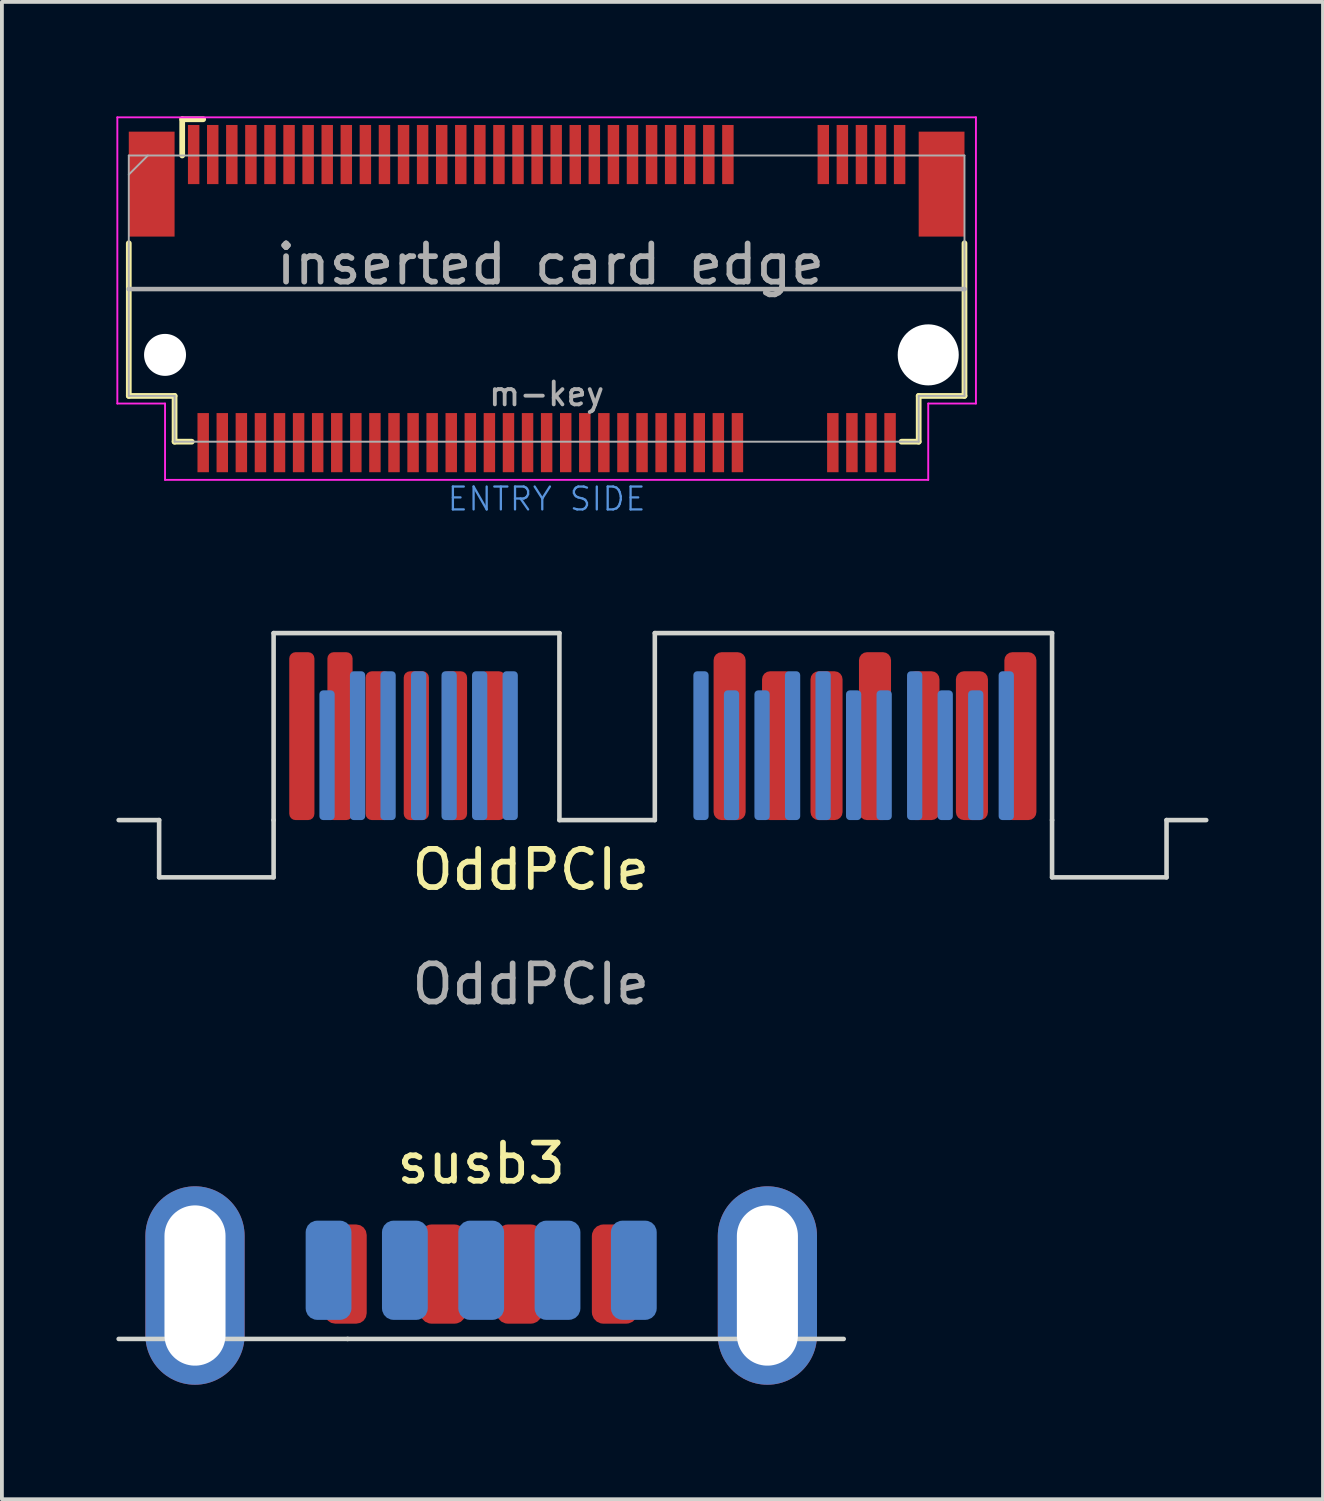
<source format=kicad_pcb>
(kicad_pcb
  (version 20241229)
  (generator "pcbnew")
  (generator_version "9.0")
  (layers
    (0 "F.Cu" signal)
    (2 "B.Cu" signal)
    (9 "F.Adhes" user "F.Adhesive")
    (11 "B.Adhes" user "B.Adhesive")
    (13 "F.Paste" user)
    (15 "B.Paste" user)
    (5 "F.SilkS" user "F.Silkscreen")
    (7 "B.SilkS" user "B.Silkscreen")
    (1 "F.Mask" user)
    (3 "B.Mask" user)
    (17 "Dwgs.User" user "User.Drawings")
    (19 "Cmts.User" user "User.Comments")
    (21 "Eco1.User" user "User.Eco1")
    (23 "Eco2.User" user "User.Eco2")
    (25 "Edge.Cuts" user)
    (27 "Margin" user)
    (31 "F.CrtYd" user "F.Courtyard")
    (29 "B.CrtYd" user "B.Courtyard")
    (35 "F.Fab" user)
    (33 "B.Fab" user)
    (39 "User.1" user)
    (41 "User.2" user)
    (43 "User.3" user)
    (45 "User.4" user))
  (footprint "susb3"
    (layer "F.Cu")
    (at 6.06 31.038)
    (property "Reference" "susb3" (at 3.5 -3.6 0) (layer "F.SilkS") (effects (font (size 1 1) (thickness 0.15))))
    (attr through_hole)
    (fp_line (start 0 1) (end -6 1) (stroke (width 0.12) (type solid)) (layer "Edge.Cuts"))
    (fp_line (start 13 1) (end 0 1) (stroke (width 0.12) (type solid)) (layer "Edge.Cuts"))
    (pad "1" smd roundrect (at 7 -0.7 180) (size 1.2 2.6) (layers "F.Cu" "F.Mask" "F.Paste") (roundrect_rratio 0.25))
    (pad "2" smd roundrect (at 4.5 -0.7) (size 1.2 2.6) (layers "F.Cu" "F.Mask" "F.Paste") (roundrect_rratio 0.25))
    (pad "3" smd roundrect (at 2.5 -0.7) (size 1.2 2.6) (layers "F.Cu" "F.Mask" "F.Paste") (roundrect_rratio 0.25))
    (pad "4" smd roundrect (at -0.05 -0.7) (size 1.1 2.6) (layers "F.Cu" "F.Mask" "F.Paste") (roundrect_rratio 0.25))
    (pad "5" smd roundrect (at -0.5 -0.8) (size 1.2 2.6) (layers "B.Cu" "B.Mask" "B.Paste") (roundrect_rratio 0.25))
    (pad "6" smd roundrect (at 1.5 -0.8) (size 1.2 2.6) (layers "B.Cu" "B.Mask" "B.Paste") (roundrect_rratio 0.25))
    (pad "7" smd roundrect (at 3.5 -0.8 270) (size 2.6 1.2) (layers "B.Cu" "B.Mask" "B.Paste") (roundrect_rratio 0.25))
    (pad "8" smd roundrect (at 5.5 -0.8) (size 1.2 2.6) (layers "B.Cu" "B.Mask" "B.Paste") (roundrect_rratio 0.25))
    (pad "9" smd roundrect (at 7.5 -0.8) (size 1.2 2.6) (layers "B.Cu" "B.Mask" "B.Paste") (roundrect_rratio 0.25))
    (pad "10" thru_hole oval (at -4 -0.4) (size 2.6 5.2) (drill oval 1.6 4.2) (layers "*.Cu" "*.Mask"))
    (pad "10" thru_hole oval (at 11 -0.4) (size 2.6 5.2) (drill oval 1.6 4.2) (layers "*.Cu" "*.Mask")))
  (footprint "OddPCIe"
    (layer "F.Cu")
    (at 10.86 20.241)
    (property "Reference" "OddPCIe" (at 0 -0.5 0) (unlocked yes) (layer "F.SilkS") (effects (font (size 1 1) (thickness 0.15))))
    (attr smd)
    (fp_line (start -9.74 -1.8) (end -10.8 -1.8) (stroke (width 0.12) (type solid)) (layer "Edge.Cuts"))
    (fp_line (start -9.74 -0.3) (end -9.74 -1.8) (stroke (width 0.12) (type solid)) (layer "Edge.Cuts"))
    (fp_line (start -6.74 -1.8) (end -6.74 -6.7) (stroke (width 0.12) (type solid)) (layer "Edge.Cuts"))
    (fp_line (start -6.74 -1.8) (end -6.74 -0.3) (stroke (width 0.12) (type solid)) (layer "Edge.Cuts"))
    (fp_line (start -6.74 -0.3) (end -9.74 -0.3) (stroke (width 0.12) (type solid)) (layer "Edge.Cuts"))
    (fp_line (start 0.75 -6.7) (end -6.74 -6.7) (stroke (width 0.12) (type solid)) (layer "Edge.Cuts"))
    (fp_line (start 0.75 -6.7) (end 0.75 -1.8) (stroke (width 0.12) (type solid)) (layer "Edge.Cuts"))
    (fp_line (start 3.25 -6.7) (end 13.66 -6.7) (stroke (width 0.12) (type solid)) (layer "Edge.Cuts"))
    (fp_line (start 3.25 -1.8) (end 0.75 -1.8) (stroke (width 0.12) (type solid)) (layer "Edge.Cuts"))
    (fp_line (start 3.25 -1.8) (end 3.25 -6.7) (stroke (width 0.12) (type solid)) (layer "Edge.Cuts"))
    (fp_line (start 13.66 -6.7) (end 13.66 -1.8) (stroke (width 0.12) (type solid)) (layer "Edge.Cuts"))
    (fp_line (start 13.66 -1.8) (end 13.66 -0.3) (stroke (width 0.12) (type solid)) (layer "Edge.Cuts"))
    (fp_line (start 13.66 -0.3) (end 16.66 -0.3) (stroke (width 0.12) (type solid)) (layer "Edge.Cuts"))
    (fp_line (start 16.66 -0.3) (end 16.66 -1.8) (stroke (width 0.12) (type solid)) (layer "Edge.Cuts"))
    (fp_line (start 17.7 -1.8) (end 16.66 -1.8) (stroke (width 0.12) (type solid)) (layer "Edge.Cuts"))
    (fp_text user "${REFERENCE}" (at 0 2.5 0) (unlocked yes) (layer "F.Fab") (effects (font (size 1 1) (thickness 0.15))))
    (pad "#1" smd roundrect (at 12.46 -3.75 90) (size 3.9 0.4) (layers "B.Cu" "B.Mask" "B.Paste") (roundrect_rratio 0.25))
    (pad "#2" smd roundrect (at 11.66 -3.5 90) (size 3.4 0.4) (layers "B.Cu" "B.Mask" "B.Paste") (roundrect_rratio 0.25))
    (pad "#3" smd roundrect (at 10.86 -3.5 90) (size 3.4 0.4) (layers "B.Cu" "B.Mask" "B.Paste") (roundrect_rratio 0.25))
    (pad "#4" smd roundrect (at 10.06 -3.75 90) (size 3.9 0.4) (layers "B.Cu" "B.Mask" "B.Paste") (roundrect_rratio 0.25))
    (pad "#5" smd roundrect (at 9.26 -3.5 90) (size 3.4 0.4) (layers "B.Cu" "B.Mask" "B.Paste") (roundrect_rratio 0.25))
    (pad "#6" smd roundrect (at 8.46 -3.5 90) (size 3.4 0.4) (layers "B.Cu" "B.Mask" "B.Paste") (roundrect_rratio 0.25))
    (pad "#7" smd roundrect (at 7.66 -3.75 90) (size 3.9 0.4) (layers "B.Cu" "B.Mask" "B.Paste") (roundrect_rratio 0.25))
    (pad "#8" smd roundrect (at 6.86 -3.75 90) (size 3.9 0.4) (layers "B.Cu" "B.Mask" "B.Paste") (roundrect_rratio 0.25))
    (pad "#9" smd roundrect (at 6.06 -3.5 90) (size 3.4 0.4) (layers "B.Cu" "B.Mask" "B.Paste") (roundrect_rratio 0.25))
    (pad "#10" smd roundrect (at 5.26 -3.5 90) (size 3.4 0.4) (layers "B.Cu" "B.Mask" "B.Paste") (roundrect_rratio 0.25))
    (pad "#11" smd roundrect (at 4.46 -3.75 90) (size 3.9 0.4) (layers "B.Cu" "B.Mask" "B.Paste") (roundrect_rratio 0.25))
    (pad "#12" smd roundrect (at -0.54 -3.75 90) (size 3.9 0.4) (layers "B.Cu" "B.Mask" "B.Paste") (roundrect_rratio 0.25))
    (pad "#13" smd roundrect (at -1.34 -3.75 90) (size 3.9 0.4) (layers "B.Cu" "B.Mask" "B.Paste") (roundrect_rratio 0.25))
    (pad "#14" smd roundrect (at -2.14 -3.75 90) (size 3.9 0.4) (layers "B.Cu" "B.Mask" "B.Paste") (roundrect_rratio 0.25))
    (pad "#15" smd roundrect (at -2.94 -3.75 90) (size 3.9 0.4) (layers "B.Cu" "B.Mask" "B.Paste") (roundrect_rratio 0.25))
    (pad "#16" smd roundrect (at -3.74 -3.75 90) (size 3.9 0.4) (layers "B.Cu" "B.Mask" "B.Paste") (roundrect_rratio 0.25))
    (pad "#17" smd roundrect (at -4.54 -3.75 90) (size 3.9 0.4) (layers "B.Cu" "B.Mask" "B.Paste") (roundrect_rratio 0.25))
    (pad "#18" smd roundrect (at -5.34 -3.5 90) (size 3.4 0.4) (layers "B.Cu" "B.Mask" "B.Paste") (roundrect_rratio 0.25))
    (pad "P1" smd roundrect (at -1 -3.75 270) (size 3.9 0.66) (layers "F.Cu" "F.Mask" "F.Paste") (roundrect_rratio 0.25))
    (pad "P2" smd roundrect (at -2 -3.75 270) (size 3.9 0.66) (layers "F.Cu" "F.Mask" "F.Paste") (roundrect_rratio 0.25))
    (pad "P3" smd roundrect (at -3 -3.75 270) (size 3.9 0.66) (layers "F.Cu" "F.Mask" "F.Paste") (roundrect_rratio 0.25))
    (pad "P4" smd roundrect (at -4 -3.75 270) (size 3.9 0.66) (layers "F.Cu" "F.Mask" "F.Paste") (roundrect_rratio 0.25))
    (pad "P5" smd roundrect (at -5 -4 270) (size 4.4 0.66) (layers "F.Cu" "F.Mask" "F.Paste") (roundrect_rratio 0.25))
    (pad "P6" smd roundrect (at -6 -4 270) (size 4.4 0.66) (layers "F.Cu" "F.Mask" "F.Paste") (roundrect_rratio 0.25))
    (pad "S1" smd roundrect (at 12.83 -4 90) (size 4.4 0.84) (layers "F.Cu" "F.Mask" "F.Paste") (roundrect_rratio 0.25))
    (pad "S2" smd roundrect (at 11.56 -3.75 90) (size 3.9 0.84) (layers "F.Cu" "F.Mask" "F.Paste") (roundrect_rratio 0.25))
    (pad "S3" smd roundrect (at 10.29 -3.75 90) (size 3.9 0.84) (layers "F.Cu" "F.Mask" "F.Paste") (roundrect_rratio 0.25))
    (pad "S4" smd roundrect (at 9.02 -4 90) (size 4.4 0.84) (layers "F.Cu" "F.Mask" "F.Paste") (roundrect_rratio 0.25))
    (pad "S5" smd roundrect (at 7.75 -3.75 90) (size 3.9 0.84) (layers "F.Cu" "F.Mask" "F.Paste") (roundrect_rratio 0.25))
    (pad "S6" smd roundrect (at 6.48 -3.75 90) (size 3.9 0.84) (layers "F.Cu" "F.Mask" "F.Paste") (roundrect_rratio 0.25))
    (pad "S7" smd roundrect (at 5.21 -4 90) (size 4.4 0.84) (layers "F.Cu" "F.Mask" "F.Paste") (roundrect_rratio 0.25)))
  (footprint "m-key"
    (layer "F.Cu")
    (at 11.275 6.275)
    (property "Reference" "m-key" (at 0 1 0) (layer "F.Fab") (effects (font (size 0.6 0.6) (thickness 0.1))))
    (attr through_hole)
    (fp_line (start -10.95 1.05) (end -10.95 -2.95) (stroke (width 0.15) (type solid)) (layer "F.SilkS"))
    (fp_line (start -9.75 1.05) (end -10.95 1.05) (stroke (width 0.15) (type solid)) (layer "F.SilkS"))
    (fp_line (start -9.75 2.25) (end -9.75 1.05) (stroke (width 0.15) (type solid)) (layer "F.SilkS"))
    (fp_line (start -9.55 -6.2) (end -9 -6.2) (stroke (width 0.15) (type solid)) (layer "F.SilkS"))
    (fp_line (start -9.55 -5.25) (end -9.55 -6.2) (stroke (width 0.15) (type solid)) (layer "F.SilkS"))
    (fp_line (start -9.3 2.25) (end -9.75 2.25) (stroke (width 0.15) (type solid)) (layer "F.SilkS"))
    (fp_line (start 9.75 1.05) (end 9.75 2.25) (stroke (width 0.15) (type solid)) (layer "F.SilkS"))
    (fp_line (start 9.75 2.25) (end 9.3 2.25) (stroke (width 0.15) (type solid)) (layer "F.SilkS"))
    (fp_line (start 10.95 1.05) (end 9.75 1.05) (stroke (width 0.15) (type solid)) (layer "F.SilkS"))
    (fp_line (start 10.95 1.05) (end 10.95 -2.95) (stroke (width 0.15) (type solid)) (layer "F.SilkS"))
    (fp_line (start -11.25 -6.25) (end 11.25 -6.25) (stroke (width 0.05) (type solid)) (layer "F.CrtYd"))
    (fp_line (start -11.25 1.25) (end -11.25 -6.25) (stroke (width 0.05) (type solid)) (layer "F.CrtYd"))
    (fp_line (start -10 1.25) (end -11.25 1.25) (stroke (width 0.05) (type solid)) (layer "F.CrtYd"))
    (fp_line (start -10 3.25) (end -10 1.25) (stroke (width 0.05) (type solid)) (layer "F.CrtYd"))
    (fp_line (start 10 1.25) (end 10 3.25) (stroke (width 0.05) (type solid)) (layer "F.CrtYd"))
    (fp_line (start 10 3.25) (end -10 3.25) (stroke (width 0.05) (type solid)) (layer "F.CrtYd"))
    (fp_line (start 11.25 -6.25) (end 11.25 1.25) (stroke (width 0.05) (type solid)) (layer "F.CrtYd"))
    (fp_line (start 11.25 1.25) (end 10 1.25) (stroke (width 0.05) (type solid)) (layer "F.CrtYd"))
    (fp_line (start -10.95 -5.25) (end -10.95 1.05) (stroke (width 0.05) (type solid)) (layer "F.Fab"))
    (fp_line (start -10.95 -5.25) (end 10.95 -5.25) (stroke (width 0.05) (type solid)) (layer "F.Fab"))
    (fp_line (start -10.95 -4.75) (end -10.45 -5.25) (stroke (width 0.05) (type solid)) (layer "F.Fab"))
    (fp_line (start -10.95 -1.75) (end 10.95 -1.75) (stroke (width 0.12) (type solid)) (layer "F.Fab"))
    (fp_line (start -10.95 1.05) (end -9.75 1.05) (stroke (width 0.05) (type solid)) (layer "F.Fab"))
    (fp_line (start -9.75 1.05) (end -9.75 2.25) (stroke (width 0.05) (type solid)) (layer "F.Fab"))
    (fp_line (start -9.75 2.25) (end 9.75 2.25) (stroke (width 0.05) (type solid)) (layer "F.Fab"))
    (fp_line (start 9.75 1.05) (end 9.75 2.25) (stroke (width 0.05) (type solid)) (layer "F.Fab"))
    (fp_line (start 10.95 1.05) (end 9.75 1.05) (stroke (width 0.05) (type solid)) (layer "F.Fab"))
    (fp_line (start 10.95 1.05) (end 10.95 -5.25) (stroke (width 0.05) (type solid)) (layer "F.Fab"))
    (fp_text user "ENTRY SIDE" (at 0 3.75 0) (layer "Cmts.User") (effects (font (size 0.6 0.6) (thickness 0.06))))
    (fp_text user "${REFERENCE}" (at -10.1 -4.8 0) (layer "Eco1.User") (effects (font (size 0.3 0.3) (thickness 0.03))))
    (fp_text user "inserted card edge" (at 0.1 -2.4 0) (layer "F.Fab") (effects (font (size 1 1) (thickness 0.15))))
    (pad "" np_thru_hole circle (at -10 -0.025) (size 1.1 1.1) (drill 1.1) (layers "*.Cu"))
    (pad "" np_thru_hole circle (at 10 -0.025) (size 1.6 1.6) (drill 1.6) (layers "*.Cu"))
    (pad "1" smd rect (at -9.25 -5.275) (size 0.3 1.55) (layers "F.Cu" "F.Mask" "F.Paste"))
    (pad "2" smd rect (at -9 2.275) (size 0.3 1.55) (layers "F.Cu" "F.Mask" "F.Paste"))
    (pad "3" smd rect (at -8.75 -5.275) (size 0.3 1.55) (layers "F.Cu" "F.Mask" "F.Paste"))
    (pad "4" smd rect (at -8.5 2.275) (size 0.3 1.55) (layers "F.Cu" "F.Mask" "F.Paste"))
    (pad "5" smd rect (at -8.25 -5.275) (size 0.3 1.55) (layers "F.Cu" "F.Mask" "F.Paste"))
    (pad "6" smd rect (at -8 2.275) (size 0.3 1.55) (layers "F.Cu" "F.Mask" "F.Paste"))
    (pad "7" smd rect (at -7.75 -5.275) (size 0.3 1.55) (layers "F.Cu" "F.Mask" "F.Paste"))
    (pad "8" smd rect (at -7.5 2.275) (size 0.3 1.55) (layers "F.Cu" "F.Mask" "F.Paste"))
    (pad "9" smd rect (at -7.25 -5.275) (size 0.3 1.55) (layers "F.Cu" "F.Mask" "F.Paste"))
    (pad "10" smd rect (at -7 2.275) (size 0.3 1.55) (layers "F.Cu" "F.Mask" "F.Paste"))
    (pad "11" smd rect (at -6.75 -5.275) (size 0.3 1.55) (layers "F.Cu" "F.Mask" "F.Paste"))
    (pad "12" smd rect (at -6.5 2.275) (size 0.3 1.55) (layers "F.Cu" "F.Mask" "F.Paste"))
    (pad "13" smd rect (at -6.25 -5.275) (size 0.3 1.55) (layers "F.Cu" "F.Mask" "F.Paste"))
    (pad "14" smd rect (at -6 2.275) (size 0.3 1.55) (layers "F.Cu" "F.Mask" "F.Paste"))
    (pad "15" smd rect (at -5.75 -5.275) (size 0.3 1.55) (layers "F.Cu" "F.Mask" "F.Paste"))
    (pad "16" smd rect (at -5.5 2.275) (size 0.3 1.55) (layers "F.Cu" "F.Mask" "F.Paste"))
    (pad "17" smd rect (at -5.25 -5.275) (size 0.3 1.55) (layers "F.Cu" "F.Mask" "F.Paste"))
    (pad "18" smd rect (at -5 2.275) (size 0.3 1.55) (layers "F.Cu" "F.Mask" "F.Paste"))
    (pad "19" smd rect (at -4.75 -5.275) (size 0.3 1.55) (layers "F.Cu" "F.Mask" "F.Paste"))
    (pad "20" smd rect (at -4.5 2.275) (size 0.3 1.55) (layers "F.Cu" "F.Mask" "F.Paste"))
    (pad "21" smd rect (at -4.25 -5.275) (size 0.3 1.55) (layers "F.Cu" "F.Mask" "F.Paste"))
    (pad "22" smd rect (at -4 2.275) (size 0.3 1.55) (layers "F.Cu" "F.Mask" "F.Paste"))
    (pad "23" smd rect (at -3.75 -5.275) (size 0.3 1.55) (layers "F.Cu" "F.Mask" "F.Paste"))
    (pad "24" smd rect (at -3.5 2.275) (size 0.3 1.55) (layers "F.Cu" "F.Mask" "F.Paste"))
    (pad "25" smd rect (at -3.25 -5.275) (size 0.3 1.55) (layers "F.Cu" "F.Mask" "F.Paste"))
    (pad "26" smd rect (at -3 2.275) (size 0.3 1.55) (layers "F.Cu" "F.Mask" "F.Paste"))
    (pad "27" smd rect (at -2.75 -5.275) (size 0.3 1.55) (layers "F.Cu" "F.Mask" "F.Paste"))
    (pad "28" smd rect (at -2.5 2.275) (size 0.3 1.55) (layers "F.Cu" "F.Mask" "F.Paste"))
    (pad "29" smd rect (at -2.25 -5.275) (size 0.3 1.55) (layers "F.Cu" "F.Mask" "F.Paste"))
    (pad "30" smd rect (at -2 2.275) (size 0.3 1.55) (layers "F.Cu" "F.Mask" "F.Paste"))
    (pad "31" smd rect (at -1.75 -5.275) (size 0.3 1.55) (layers "F.Cu" "F.Mask" "F.Paste"))
    (pad "32" smd rect (at -1.5 2.275) (size 0.3 1.55) (layers "F.Cu" "F.Mask" "F.Paste"))
    (pad "33" smd rect (at -1.25 -5.275) (size 0.3 1.55) (layers "F.Cu" "F.Mask" "F.Paste"))
    (pad "34" smd rect (at -1 2.275) (size 0.3 1.55) (layers "F.Cu" "F.Mask" "F.Paste"))
    (pad "35" smd rect (at -0.75 -5.275) (size 0.3 1.55) (layers "F.Cu" "F.Mask" "F.Paste"))
    (pad "36" smd rect (at -0.5 2.275) (size 0.3 1.55) (layers "F.Cu" "F.Mask" "F.Paste"))
    (pad "37" smd rect (at -0.25 -5.275) (size 0.3 1.55) (layers "F.Cu" "F.Mask" "F.Paste"))
    (pad "38" smd rect (at 0 2.275) (size 0.3 1.55) (layers "F.Cu" "F.Mask" "F.Paste"))
    (pad "39" smd rect (at 0.25 -5.275) (size 0.3 1.55) (layers "F.Cu" "F.Mask" "F.Paste"))
    (pad "40" smd rect (at 0.5 2.275) (size 0.3 1.55) (layers "F.Cu" "F.Mask" "F.Paste"))
    (pad "41" smd rect (at 0.75 -5.275) (size 0.3 1.55) (layers "F.Cu" "F.Mask" "F.Paste"))
    (pad "42" smd rect (at 1 2.275) (size 0.3 1.55) (layers "F.Cu" "F.Mask" "F.Paste"))
    (pad "43" smd rect (at 1.25 -5.275) (size 0.3 1.55) (layers "F.Cu" "F.Mask" "F.Paste"))
    (pad "44" smd rect (at 1.5 2.275) (size 0.3 1.55) (layers "F.Cu" "F.Mask" "F.Paste"))
    (pad "45" smd rect (at 1.75 -5.275) (size 0.3 1.55) (layers "F.Cu" "F.Mask" "F.Paste"))
    (pad "46" smd rect (at 2 2.275) (size 0.3 1.55) (layers "F.Cu" "F.Mask" "F.Paste"))
    (pad "47" smd rect (at 2.25 -5.275) (size 0.3 1.55) (layers "F.Cu" "F.Mask" "F.Paste"))
    (pad "48" smd rect (at 2.5 2.275) (size 0.3 1.55) (layers "F.Cu" "F.Mask" "F.Paste"))
    (pad "49" smd rect (at 2.75 -5.275) (size 0.3 1.55) (layers "F.Cu" "F.Mask" "F.Paste"))
    (pad "50" smd rect (at 3 2.275) (size 0.3 1.55) (layers "F.Cu" "F.Mask" "F.Paste"))
    (pad "51" smd rect (at 3.25 -5.275) (size 0.3 1.55) (layers "F.Cu" "F.Mask" "F.Paste"))
    (pad "52" smd rect (at 3.5 2.275) (size 0.3 1.55) (layers "F.Cu" "F.Mask" "F.Paste"))
    (pad "53" smd rect (at 3.75 -5.275) (size 0.3 1.55) (layers "F.Cu" "F.Mask" "F.Paste"))
    (pad "54" smd rect (at 4 2.275) (size 0.3 1.55) (layers "F.Cu" "F.Mask" "F.Paste"))
    (pad "55" smd rect (at 4.25 -5.275) (size 0.3 1.55) (layers "F.Cu" "F.Mask" "F.Paste"))
    (pad "56" smd rect (at 4.5 2.275) (size 0.3 1.55) (layers "F.Cu" "F.Mask" "F.Paste"))
    (pad "57" smd rect (at 4.75 -5.275) (size 0.3 1.55) (layers "F.Cu" "F.Mask" "F.Paste"))
    (pad "58" smd rect (at 5 2.275) (size 0.3 1.55) (layers "F.Cu" "F.Mask" "F.Paste"))
    (pad "67" smd rect (at 7.25 -5.275) (size 0.3 1.55) (layers "F.Cu" "F.Mask" "F.Paste"))
    (pad "68" smd rect (at 7.5 2.275) (size 0.3 1.55) (layers "F.Cu" "F.Mask" "F.Paste"))
    (pad "69" smd rect (at 7.75 -5.275) (size 0.3 1.55) (layers "F.Cu" "F.Mask" "F.Paste"))
    (pad "70" smd rect (at 8 2.275) (size 0.3 1.55) (layers "F.Cu" "F.Mask" "F.Paste"))
    (pad "71" smd rect (at 8.25 -5.275) (size 0.3 1.55) (layers "F.Cu" "F.Mask" "F.Paste"))
    (pad "72" smd rect (at 8.5 2.275) (size 0.3 1.55) (layers "F.Cu" "F.Mask" "F.Paste"))
    (pad "73" smd rect (at 8.75 -5.275) (size 0.3 1.55) (layers "F.Cu" "F.Mask" "F.Paste"))
    (pad "74" smd rect (at 9 2.275) (size 0.3 1.55) (layers "F.Cu" "F.Mask" "F.Paste"))
    (pad "75" smd rect (at 9.25 -5.275) (size 0.3 1.55) (layers "F.Cu" "F.Mask" "F.Paste"))
    (pad "MP" smd rect (at -10.35 -4.5) (size 1.2 2.75) (layers "F.Cu" "F.Mask" "F.Paste"))
    (pad "MP" smd rect (at 10.35 -4.5) (size 1.2 2.75) (layers "F.Cu" "F.Mask" "F.Paste")))
  (gr_rect
    (start -3 -3)
    (end 31.62 36.238)
    (stroke (width 0.1) (type default))
    (fill no)
    (layer "Edge.Cuts")))
</source>
